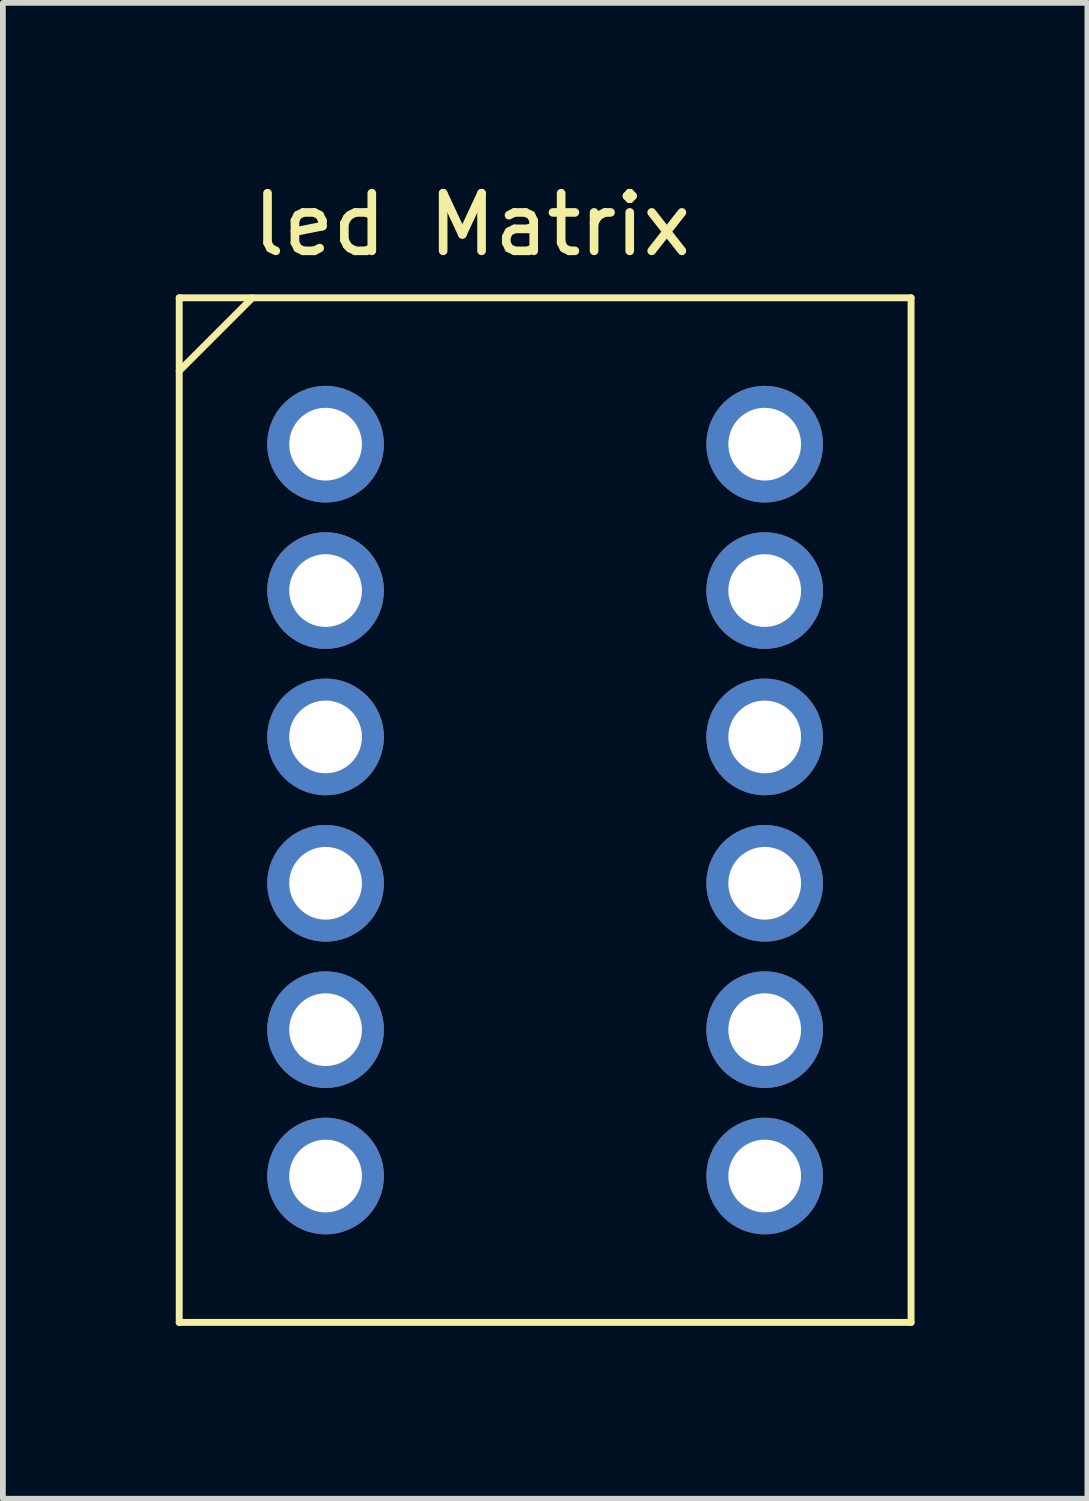
<source format=kicad_pcb>
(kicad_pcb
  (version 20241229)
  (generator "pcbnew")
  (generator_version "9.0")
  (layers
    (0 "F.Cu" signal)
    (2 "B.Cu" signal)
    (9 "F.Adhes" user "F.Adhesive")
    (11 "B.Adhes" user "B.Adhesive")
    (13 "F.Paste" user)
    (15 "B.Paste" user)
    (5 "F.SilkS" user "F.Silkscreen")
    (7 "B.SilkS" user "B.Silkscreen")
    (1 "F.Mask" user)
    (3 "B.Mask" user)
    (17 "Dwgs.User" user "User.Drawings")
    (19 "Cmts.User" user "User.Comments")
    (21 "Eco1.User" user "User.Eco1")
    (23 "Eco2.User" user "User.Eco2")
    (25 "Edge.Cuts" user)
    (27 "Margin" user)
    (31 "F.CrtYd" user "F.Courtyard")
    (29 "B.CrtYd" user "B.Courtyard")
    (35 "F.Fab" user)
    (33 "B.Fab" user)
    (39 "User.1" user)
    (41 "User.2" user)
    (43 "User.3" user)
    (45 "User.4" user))
  (footprint "led Matrix"
    (layer "F.Cu")
    (at 5.14 12.278)
    (property "Reference" "led Matrix" (at 0 -11.43 0) (unlocked yes) (layer "F.SilkS") (effects (font (size 1 1) (thickness 0.15))))
    (attr through_hole)
    (fp_line (start -5.08 -10.16) (end -5.08 7.62) (stroke (width 0.12) (type solid)) (layer "F.SilkS"))
    (fp_line (start -5.08 7.62) (end 7.62 7.62) (stroke (width 0.12) (type solid)) (layer "F.SilkS"))
    (fp_line (start -3.81 -10.16) (end -5.08 -8.89) (stroke (width 0.12) (type solid)) (layer "F.SilkS"))
    (fp_line (start 7.62 -10.16) (end -5.08 -10.16) (stroke (width 0.12) (type solid)) (layer "F.SilkS"))
    (fp_line (start 7.62 7.62) (end 7.62 -10.16) (stroke (width 0.12) (type solid)) (layer "F.SilkS"))
    (pad "1" thru_hole circle (at -2.54 -7.62) (size 2.024 2.024) (drill 1.262) (layers "*.Cu" "*.Mask"))
    (pad "2" thru_hole circle (at -2.54 -5.08) (size 2.024 2.024) (drill 1.262) (layers "*.Cu" "*.Mask"))
    (pad "3" thru_hole circle (at -2.54 -2.54) (size 2.024 2.024) (drill 1.262) (layers "*.Cu" "*.Mask"))
    (pad "4" thru_hole circle (at -2.54 0) (size 2.024 2.024) (drill 1.262) (layers "*.Cu" "*.Mask"))
    (pad "5" thru_hole circle (at -2.54 2.54) (size 2.024 2.024) (drill 1.262) (layers "*.Cu" "*.Mask"))
    (pad "6" thru_hole circle (at -2.54 5.08) (size 2.024 2.024) (drill 1.262) (layers "*.Cu" "*.Mask"))
    (pad "7" thru_hole circle (at 5.08 5.08) (size 2.024 2.024) (drill 1.262) (layers "*.Cu" "*.Mask"))
    (pad "8" thru_hole circle (at 5.08 2.54) (size 2.024 2.024) (drill 1.262) (layers "*.Cu" "*.Mask"))
    (pad "9" thru_hole circle (at 5.08 0) (size 2.024 2.024) (drill 1.262) (layers "*.Cu" "*.Mask"))
    (pad "10" thru_hole circle (at 5.08 -2.54) (size 2.024 2.024) (drill 1.262) (layers "*.Cu" "*.Mask"))
    (pad "11" thru_hole circle (at 5.08 -5.08) (size 2.024 2.024) (drill 1.262) (layers "*.Cu" "*.Mask"))
    (pad "12" thru_hole circle (at 5.08 -7.62) (size 2.024 2.024) (drill 1.262) (layers "*.Cu" "*.Mask")))
  (gr_rect
    (start -3 -3)
    (end 15.82 22.958)
    (stroke (width 0.1) (type default))
    (fill no)
    (layer "Edge.Cuts")))
</source>
